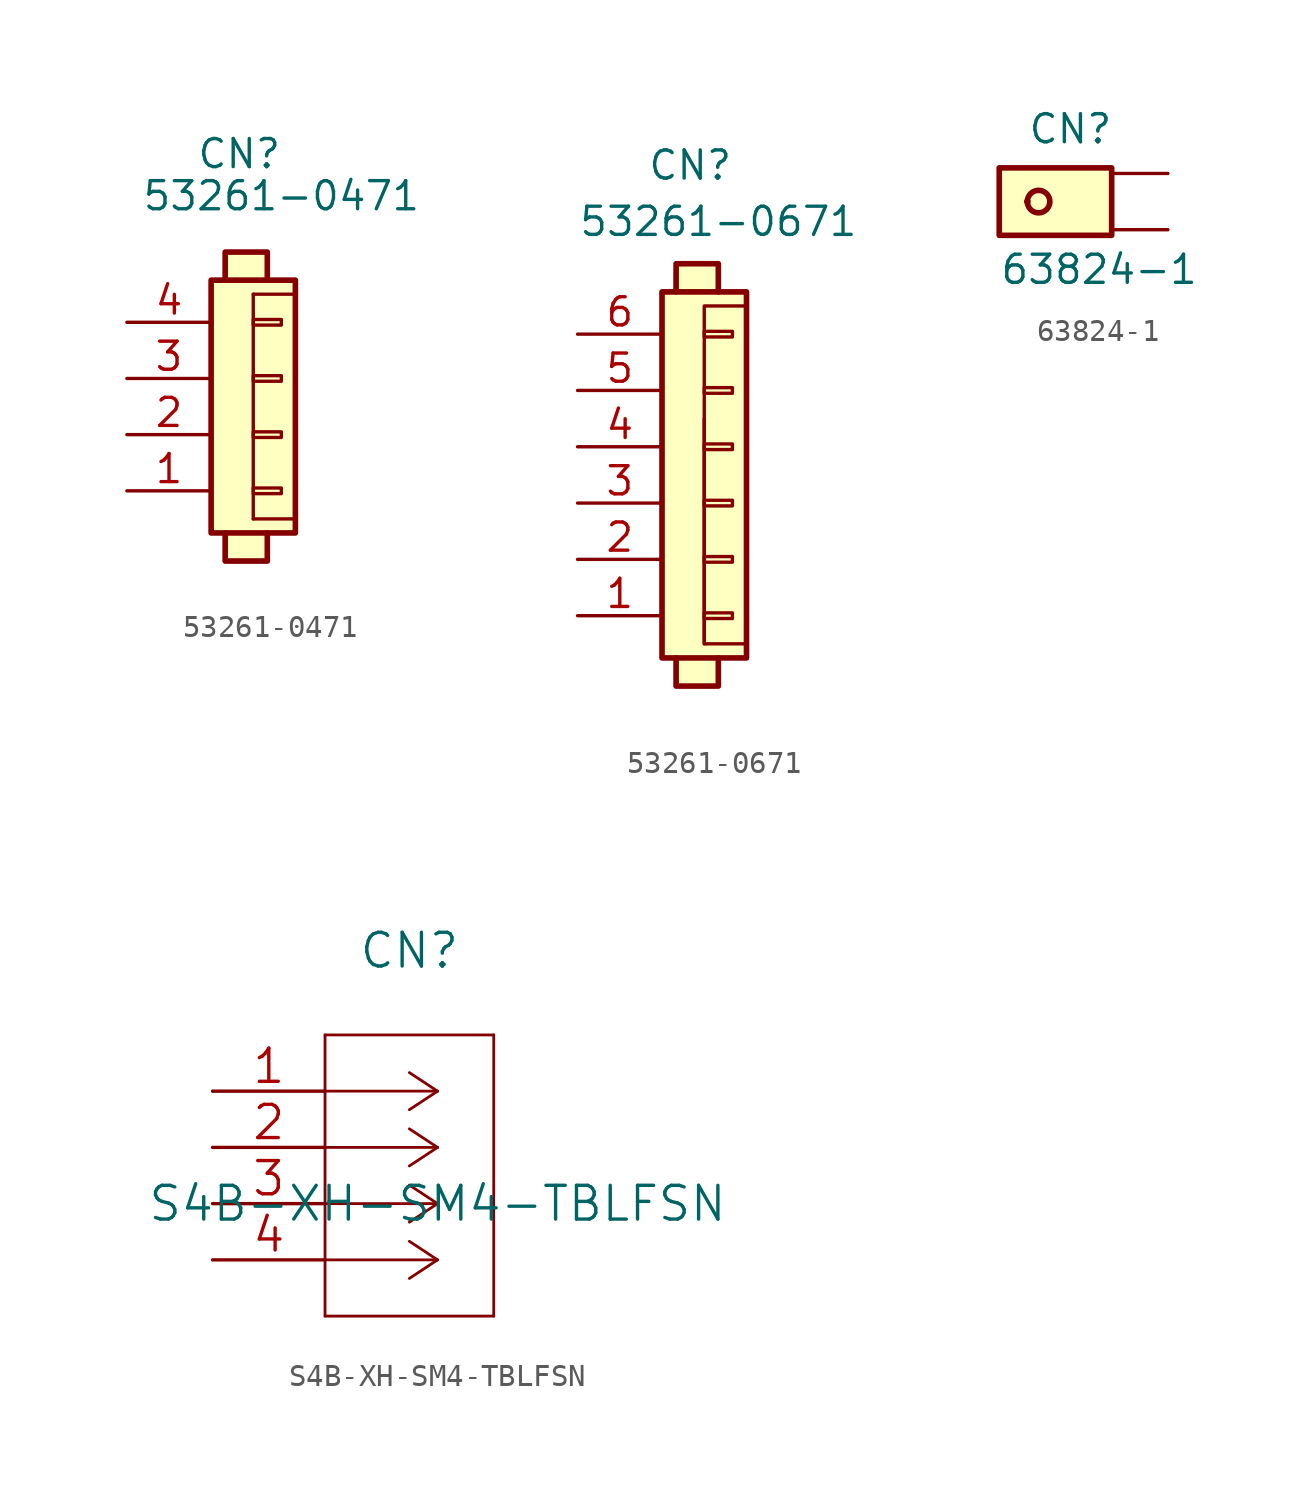
<source format=kicad_sym>
(kicad_symbol_lib
  (version 20231120)
  (generator "kicad_symbol_editor")
  (generator_version "8.0")
  (symbol "53261-0471"
    (pin_names
      (offset 1.016) hide)
    (property "Reference" "CN"
      (at 0 7.62 0)
      (effects (font (size 1.27 1.27))))
    (property "Value" "53261-0471"
      (at 1.905 5.715 0)
      (effects (font (size 1.27 1.27))))
    (symbol "53261-0471_0_1"
      (polyline (pts (xy -0.635 -9.525) (xy -0.635 -10.795) (xy 1.27 -10.795) (xy 1.27 -9.525)) (stroke (width 0.254) (type default)) (fill (type background)))
      (polyline (pts (xy -0.635 1.905) (xy -0.635 3.175) (xy 1.27 3.175) (xy 1.27 1.905)) (stroke (width 0.254) (type default)) (fill (type background)))
      (rectangle (start 0.635 -8.89) (end 0.635 1.27) (stroke (width 0) (type default)) (fill (type none)))
      (rectangle (start 0.635 1.27) (end 2.54 1.27) (stroke (width 0) (type default)) (fill (type none)))
      (rectangle (start 2.54 -8.89) (end 0.635 -8.89) (stroke (width 0) (type default)) (fill (type none))))
    (symbol "53261-0471_1_1"
      (rectangle (start -1.27 1.905) (end 2.54 -9.525) (stroke (width 0.254) (type default)) (fill (type background)))
      (rectangle (start 1.905 -7.747) (end 0.635 -7.493) (stroke (width 0.152) (type default)) (fill (type none)))
      (rectangle (start 1.905 -5.207) (end 0.635 -4.953) (stroke (width 0.152) (type default)) (fill (type none)))
      (rectangle (start 1.905 -2.667) (end 0.635 -2.413) (stroke (width 0.152) (type default)) (fill (type none)))
      (rectangle (start 1.905 -0.127) (end 0.635 0.127) (stroke (width 0.152) (type default)) (fill (type none)))
      (pin passive line (at -5.08 -7.62 0) (length 3.81) (name "Pin_1" (effects (font (size 1.27 1.27)))) (number "1" (effects (font (size 1.27 1.27)))))
      (pin passive line (at -5.08 -5.08 0) (length 3.81) (name "Pin_2" (effects (font (size 1.27 1.27)))) (number "2" (effects (font (size 1.27 1.27)))))
      (pin passive line (at -5.08 -2.54 0) (length 3.81) (name "Pin_3" (effects (font (size 1.27 1.27)))) (number "3" (effects (font (size 1.27 1.27)))))
      (pin passive line (at -5.08 0 0) (length 3.81) (name "Pin_4" (effects (font (size 1.27 1.27)))) (number "4" (effects (font (size 1.27 1.27)))))))
  (symbol "53261-0671"
    (pin_names
      (offset 1.016) hide)
    (property "Reference" "CN"
      (at 0 12.7 0)
      (effects (font (size 1.27 1.27))))
    (property "Value" "53261-0671"
      (at 1.27 10.16 0)
      (effects (font (size 1.27 1.27))))
    (symbol "53261-0671_0_1"
      (polyline (pts (xy -0.635 -9.525) (xy -0.635 -10.795) (xy 1.27 -10.795) (xy 1.27 -9.525)) (stroke (width 0.254) (type default)) (fill (type background)))
      (polyline (pts (xy -0.635 6.985) (xy -0.635 8.255) (xy 1.27 8.255) (xy 1.27 6.985)) (stroke (width 0.254) (type default)) (fill (type background)))
      (rectangle (start 0.635 -8.89) (end 0.635 1.27) (stroke (width 0) (type default)) (fill (type none)))
      (rectangle (start 0.635 6.35) (end 2.54 -8.89) (stroke (width 0) (type default)) (fill (type none))))
    (symbol "53261-0671_1_1"
      (rectangle (start -1.27 6.985) (end 2.54 -9.525) (stroke (width 0.254) (type default)) (fill (type background)))
      (rectangle (start 1.905 -7.747) (end 0.635 -7.493) (stroke (width 0.152) (type default)) (fill (type none)))
      (rectangle (start 1.905 -5.207) (end 0.635 -4.953) (stroke (width 0.152) (type default)) (fill (type none)))
      (rectangle (start 1.905 -2.667) (end 0.635 -2.413) (stroke (width 0.152) (type default)) (fill (type none)))
      (rectangle (start 1.905 -0.127) (end 0.635 0.127) (stroke (width 0.152) (type default)) (fill (type none)))
      (rectangle (start 1.905 2.413) (end 0.635 2.667) (stroke (width 0.152) (type default)) (fill (type none)))
      (rectangle (start 1.905 4.953) (end 0.635 5.207) (stroke (width 0.152) (type default)) (fill (type none)))
      (pin passive line (at -5.08 -7.62 0) (length 3.81) (name "Pin_1" (effects (font (size 1.27 1.27)))) (number "1" (effects (font (size 1.27 1.27)))))
      (pin passive line (at -5.08 -5.08 0) (length 3.81) (name "Pin_2" (effects (font (size 1.27 1.27)))) (number "2" (effects (font (size 1.27 1.27)))))
      (pin passive line (at -5.08 -2.54 0) (length 3.81) (name "Pin_3" (effects (font (size 1.27 1.27)))) (number "3" (effects (font (size 1.27 1.27)))))
      (pin passive line (at -5.08 0 0) (length 3.81) (name "Pin_4" (effects (font (size 1.27 1.27)))) (number "4" (effects (font (size 1.27 1.27)))))
      (pin passive line (at -5.08 2.54 0) (length 3.81) (name "Pin_5" (effects (font (size 1.27 1.27)))) (number "5" (effects (font (size 1.27 1.27)))))
      (pin passive line (at -5.08 5.08 0) (length 3.81) (name "Pin_6" (effects (font (size 1.27 1.27)))) (number "6" (effects (font (size 1.27 1.27)))))))
  (symbol "63824-1"
    (pin_numbers hide)
    (pin_names
      (offset 1.016) hide)
    (property "Reference" "CN"
      (at -3.81 3.81 0)
      (effects (font (size 1.27 1.27)) (justify left bottom)))
    (property "Value" "63824-1"
      (at -5.08 -2.54 0)
      (effects (font (size 1.27 1.27)) (justify left bottom)))
    (symbol "63824-1_0_0"
      (pin passive line (at 2.54 0 180) (length 2.54) (name "~" (effects (font (size 1.016 1.016)))) (number "1" (effects (font (size 1.016 1.016)))))
      (pin passive line (at 2.54 2.54 180) (length 2.54) (name "~" (effects (font (size 1.016 1.016)))) (number "2" (effects (font (size 1.016 1.016))))))
    (symbol "63824-1_0_1"
      (circle (center -3.81 1.27) (radius 0.0001) (stroke (width 0) (type default)) (fill (type none)))
      (circle (center -3.302 1.27) (radius 0.508) (stroke (width 0.254) (type default)) (fill (type none)))
      (rectangle (start 0 2.794) (end -5.08 -0.254) (stroke (width 0.254) (type default)) (fill (type background)))))
  (symbol "S4B-XH-SM4-TBLFSN"
    (pin_names
      (offset 0.254) hide)
    (property "Reference" "CN"
      (at 8.89 6.35 0)
      (effects (font (size 1.524 1.524))))
    (property "Value" "S4B-XH-SM4-TBLFSN"
      (at 10.16 -5.08 0)
      (effects (font (size 1.524 1.524))))
    (property "Datasheet" ""
      (at 0 0 0)
      (effects (font (size 1.524 1.524))))
    (symbol "S4B-XH-SM4-TBLFSN_1_1"
      (polyline (pts (xy 5.08 -10.16) (xy 12.7 -10.16)) (stroke (width 0.127) (type default)) (fill (type none)))
      (polyline (pts (xy 5.08 2.54) (xy 5.08 -10.16)) (stroke (width 0.127) (type default)) (fill (type none)))
      (polyline (pts (xy 10.16 -7.62) (xy 5.08 -7.62)) (stroke (width 0.127) (type default)) (fill (type none)))
      (polyline (pts (xy 10.16 -7.62) (xy 8.89 -8.458)) (stroke (width 0.127) (type default)) (fill (type none)))
      (polyline (pts (xy 10.16 -7.62) (xy 8.89 -6.782)) (stroke (width 0.127) (type default)) (fill (type none)))
      (polyline (pts (xy 10.16 -5.08) (xy 5.08 -5.08)) (stroke (width 0.127) (type default)) (fill (type none)))
      (polyline (pts (xy 10.16 -5.08) (xy 8.89 -5.918)) (stroke (width 0.127) (type default)) (fill (type none)))
      (polyline (pts (xy 10.16 -5.08) (xy 8.89 -4.242)) (stroke (width 0.127) (type default)) (fill (type none)))
      (polyline (pts (xy 10.16 -2.54) (xy 5.08 -2.54)) (stroke (width 0.127) (type default)) (fill (type none)))
      (polyline (pts (xy 10.16 -2.54) (xy 8.89 -3.378)) (stroke (width 0.127) (type default)) (fill (type none)))
      (polyline (pts (xy 10.16 -2.54) (xy 8.89 -1.702)) (stroke (width 0.127) (type default)) (fill (type none)))
      (polyline (pts (xy 10.16 0) (xy 5.08 0)) (stroke (width 0.127) (type default)) (fill (type none)))
      (polyline (pts (xy 10.16 0) (xy 8.89 -0.838)) (stroke (width 0.127) (type default)) (fill (type none)))
      (polyline (pts (xy 10.16 0) (xy 8.89 0.838)) (stroke (width 0.127) (type default)) (fill (type none)))
      (polyline (pts (xy 12.7 -10.16) (xy 12.7 2.54)) (stroke (width 0.127) (type default)) (fill (type none)))
      (polyline (pts (xy 12.7 2.54) (xy 5.08 2.54)) (stroke (width 0.127) (type default)) (fill (type none)))
      (pin unspecified line (at 0 0 0) (length 5.08) (name "1" (effects (font (size 1.499 1.499)))) (number "1" (effects (font (size 1.499 1.499)))))
      (pin unspecified line (at 0 -2.54 0) (length 5.08) (name "2" (effects (font (size 1.499 1.499)))) (number "2" (effects (font (size 1.499 1.499)))))
      (pin unspecified line (at 0 -5.08 0) (length 5.08) (name "3" (effects (font (size 1.499 1.499)))) (number "3" (effects (font (size 1.499 1.499)))))
      (pin unspecified line (at 0 -7.62 0) (length 5.08) (name "4" (effects (font (size 1.499 1.499)))) (number "4" (effects (font (size 1.499 1.499))))))))
</source>
